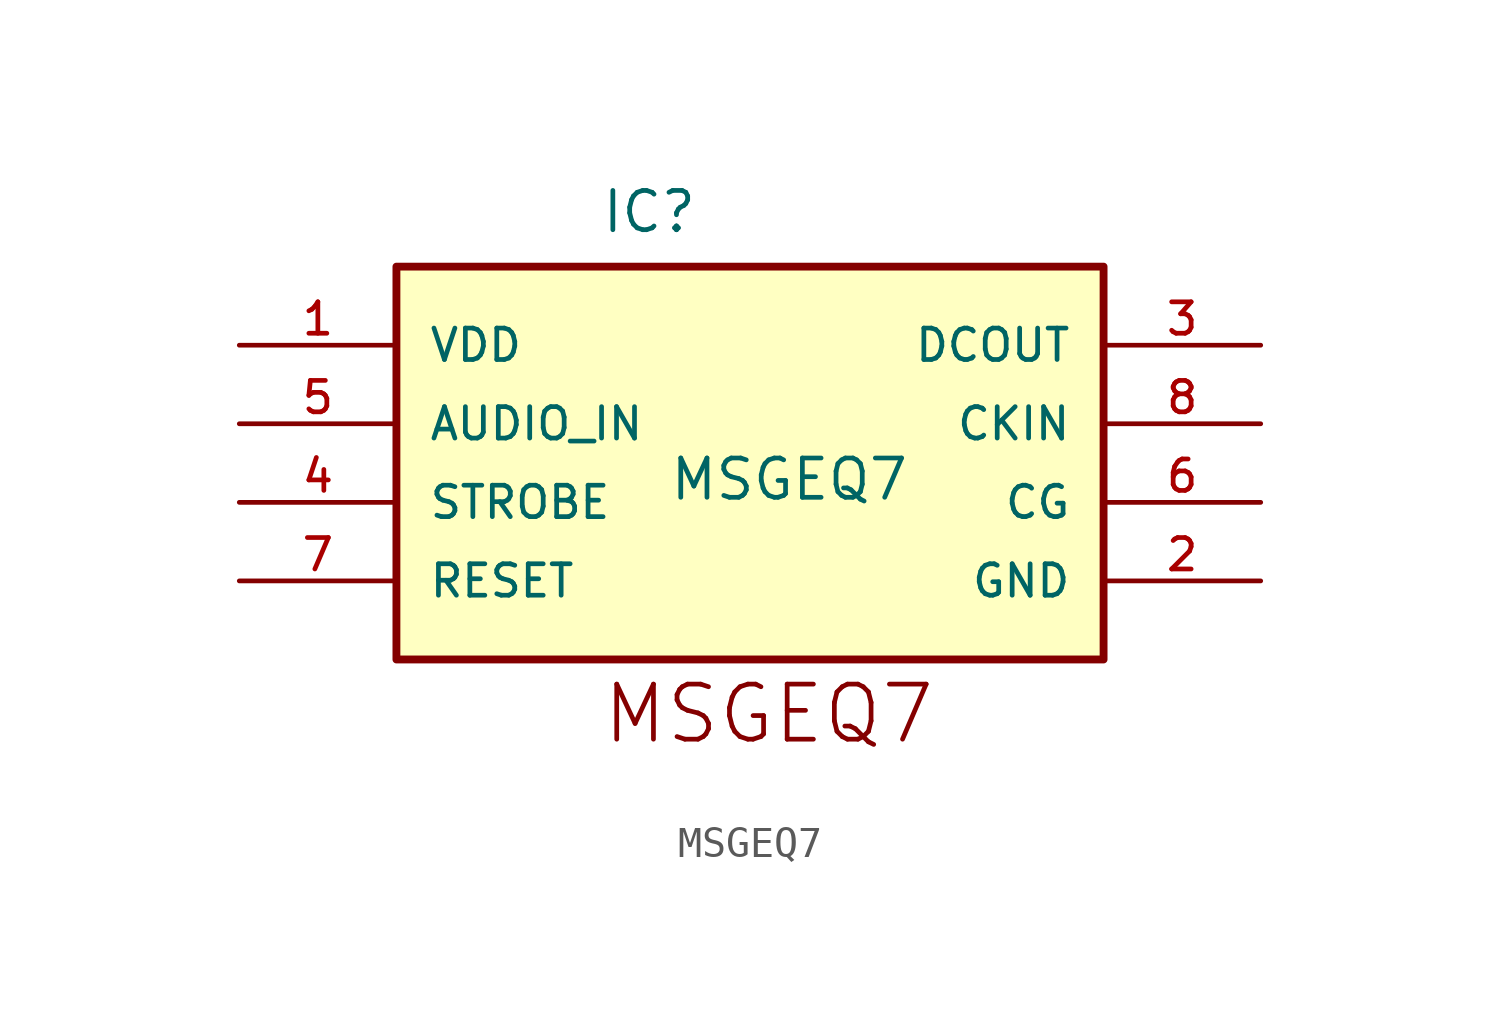
<source format=kicad_sym>
(kicad_symbol_lib
  (version 20211014)
  (generator kicad_symbol_editor)
  (symbol "MSGEQ7"
    (pin_names
      (offset 1.016))
    (property "Reference" "IC"
      (at -6.106 8.65 0)
      (effects (font (size 1.27 1.27)) (justify bottom left)))
    (property "Value" "MSGEQ7"
      (at 0 0.0 0)
      (effects (font (size 1.27 1.27)) (justify bottom)))
    (symbol "MSGEQ7_0_0"
      (text "MSGEQ7" (at -6.102 -7.882 0) (effects (font (size 1.78 1.78)) (justify bottom left)))
      (rectangle (start -12.7 -5.08) (end 10.16 7.62) (stroke (width 0.254)) (fill (type background)))
      (pin bidirectional line (at 15.24 5.08 180.0) (length 5.08) (name "DCOUT" (effects (font (size 1.016 1.016)))) (number "3" (effects (font (size 1.016 1.016)))))
      (pin bidirectional line (at 15.24 0.0 180.0) (length 5.08) (name "CG" (effects (font (size 1.016 1.016)))) (number "6" (effects (font (size 1.016 1.016)))))
      (pin bidirectional line (at 15.24 2.54 180.0) (length 5.08) (name "CKIN" (effects (font (size 1.016 1.016)))) (number "8" (effects (font (size 1.016 1.016)))))
      (pin bidirectional line (at 15.24 -2.54 180.0) (length 5.08) (name "GND" (effects (font (size 1.016 1.016)))) (number "2" (effects (font (size 1.016 1.016)))))
      (pin input line (at -17.78 -2.54 0) (length 5.08) (name "RESET" (effects (font (size 1.016 1.016)))) (number "7" (effects (font (size 1.016 1.016)))))
      (pin input line (at -17.78 0.0 0) (length 5.08) (name "STROBE" (effects (font (size 1.016 1.016)))) (number "4" (effects (font (size 1.016 1.016)))))
      (pin input line (at -17.78 2.54 0) (length 5.08) (name "AUDIO_IN" (effects (font (size 1.016 1.016)))) (number "5" (effects (font (size 1.016 1.016)))))
      (pin input line (at -17.78 5.08 0) (length 5.08) (name "VDD" (effects (font (size 1.016 1.016)))) (number "1" (effects (font (size 1.016 1.016))))))))
</source>
